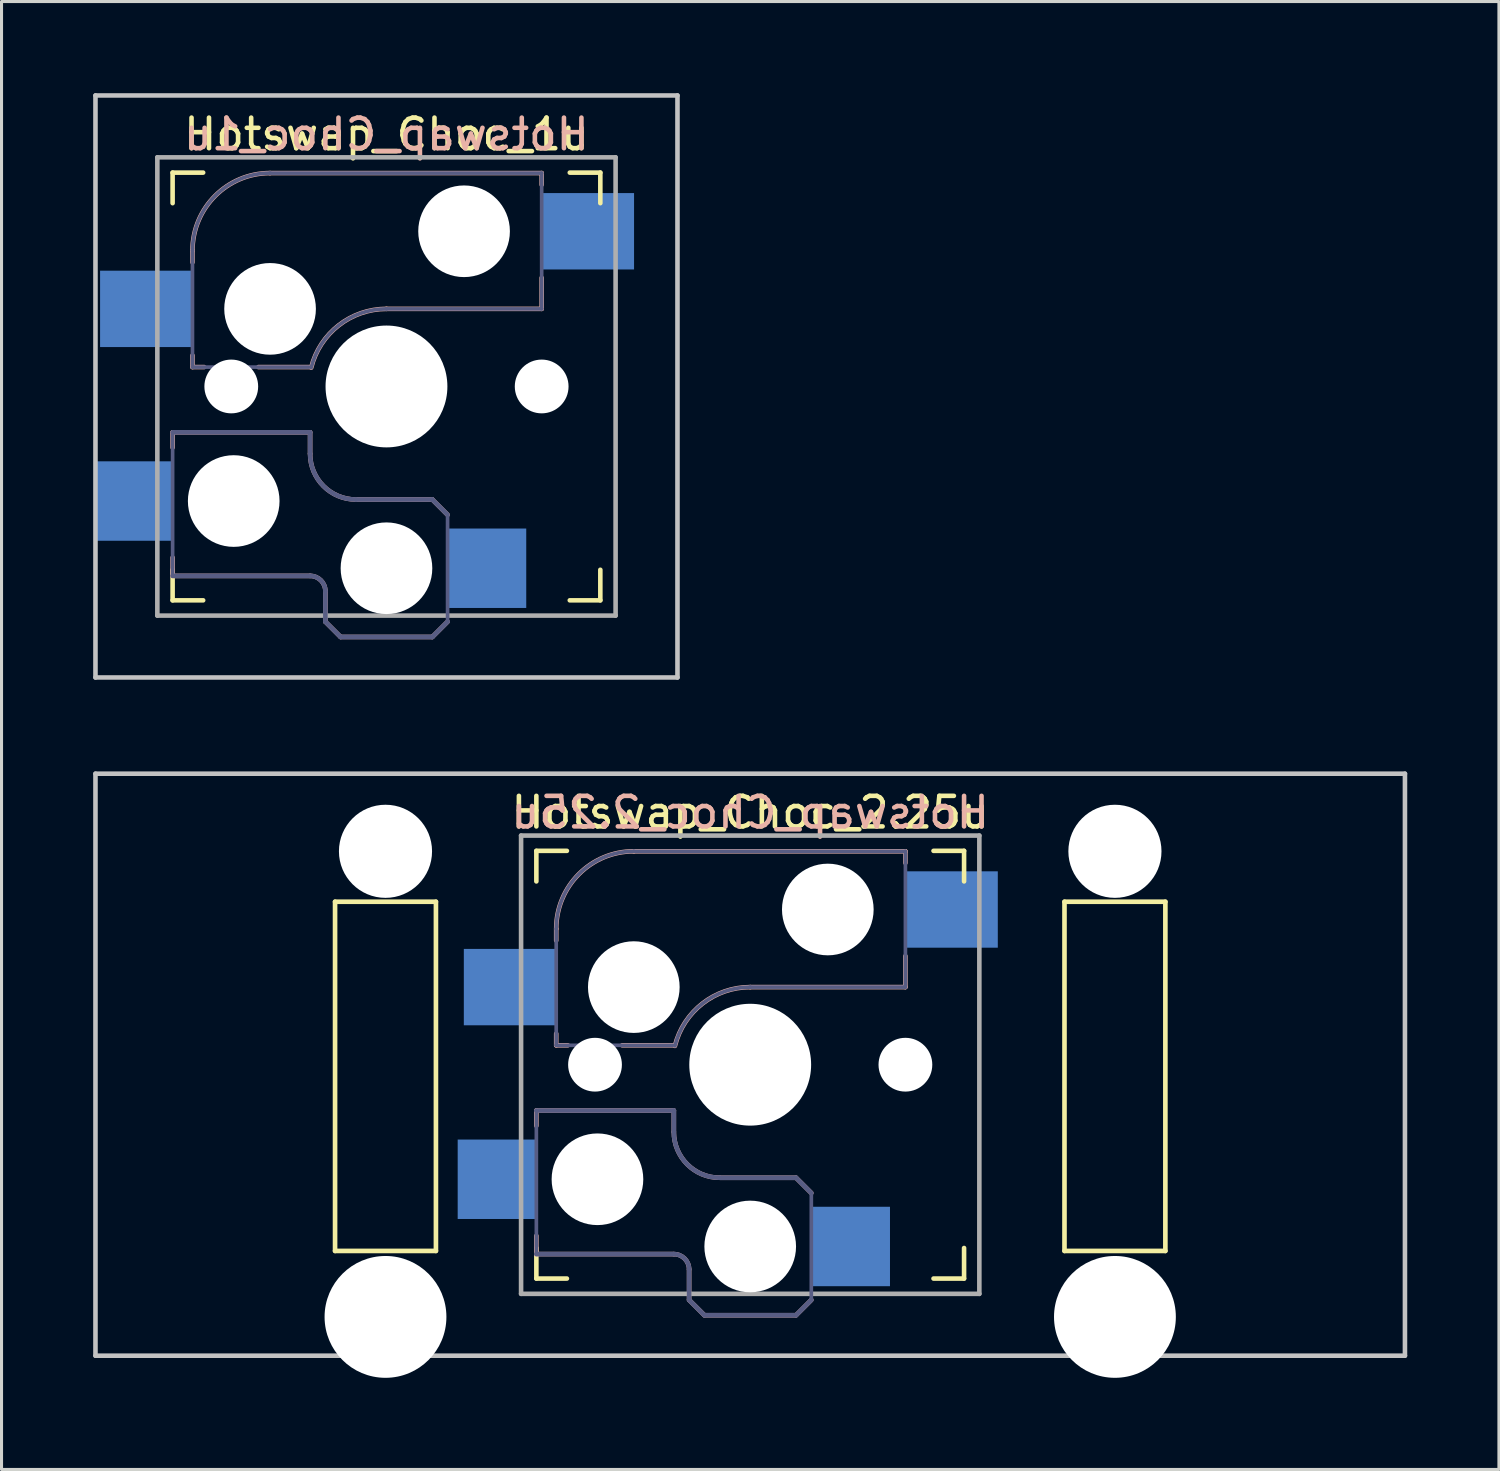
<source format=kicad_pcb>
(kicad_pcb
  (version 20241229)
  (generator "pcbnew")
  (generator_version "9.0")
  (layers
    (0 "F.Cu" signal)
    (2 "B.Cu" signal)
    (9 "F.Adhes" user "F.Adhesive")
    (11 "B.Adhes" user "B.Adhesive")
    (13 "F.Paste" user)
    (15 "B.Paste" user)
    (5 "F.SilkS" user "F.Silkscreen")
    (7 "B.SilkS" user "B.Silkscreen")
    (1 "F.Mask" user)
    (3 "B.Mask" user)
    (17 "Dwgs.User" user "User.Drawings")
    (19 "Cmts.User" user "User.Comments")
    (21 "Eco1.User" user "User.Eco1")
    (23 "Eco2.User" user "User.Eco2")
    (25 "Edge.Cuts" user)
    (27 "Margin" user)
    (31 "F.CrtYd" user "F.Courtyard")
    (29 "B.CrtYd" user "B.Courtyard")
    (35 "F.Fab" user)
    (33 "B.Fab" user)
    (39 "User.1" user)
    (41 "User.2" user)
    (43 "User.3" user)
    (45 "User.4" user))
  (footprint "Hotswap_Choc_1u"
    (layer "F.Cu")
    (at 9.6 9.6)
    (property "Reference" "Hotswap_Choc_1u" (at 0 -8.255 0) (layer "F.SilkS") (effects (font (size 1 1) (thickness 0.15))))
    (attr through_hole)
    (fp_line (start -7 -6) (end -7 -7) (stroke (width 0.15) (type solid)) (layer "F.SilkS"))
    (fp_line (start -7 7) (end -7 6) (stroke (width 0.15) (type solid)) (layer "F.SilkS"))
    (fp_line (start -7 7) (end -6 7) (stroke (width 0.15) (type solid)) (layer "F.SilkS"))
    (fp_line (start -6 -7) (end -7 -7) (stroke (width 0.15) (type solid)) (layer "F.SilkS"))
    (fp_line (start 6 7) (end 7 7) (stroke (width 0.15) (type solid)) (layer "F.SilkS"))
    (fp_line (start 7 -7) (end 6 -7) (stroke (width 0.15) (type solid)) (layer "F.SilkS"))
    (fp_line (start 7 -7) (end 7 -6) (stroke (width 0.15) (type solid)) (layer "F.SilkS"))
    (fp_line (start 7 6) (end 7 7) (stroke (width 0.15) (type solid)) (layer "F.SilkS"))
    (fp_line (start -7 1.5) (end -7 2) (stroke (width 0.15) (type solid)) (layer "B.SilkS"))
    (fp_line (start -7 5.6) (end -7 6.2) (stroke (width 0.15) (type solid)) (layer "B.SilkS"))
    (fp_line (start -7 6.2) (end -2.5 6.2) (stroke (width 0.15) (type solid)) (layer "B.SilkS"))
    (fp_line (start -6.35 -4.445) (end -6.35 -4.064) (stroke (width 0.15) (type solid)) (layer "B.SilkS"))
    (fp_line (start -6.35 -1.016) (end -6.35 -0.635) (stroke (width 0.15) (type solid)) (layer "B.SilkS"))
    (fp_line (start -6.35 -0.635) (end -5.969 -0.635) (stroke (width 0.15) (type solid)) (layer "B.SilkS"))
    (fp_line (start -4.191 -0.635) (end -2.54 -0.635) (stroke (width 0.15) (type solid)) (layer "B.SilkS"))
    (fp_line (start -2.5 1.5) (end -7 1.5) (stroke (width 0.15) (type solid)) (layer "B.SilkS"))
    (fp_line (start -2.5 2.2) (end -2.5 1.5) (stroke (width 0.15) (type solid)) (layer "B.SilkS"))
    (fp_line (start -2 6.7) (end -2 7.7) (stroke (width 0.15) (type solid)) (layer "B.SilkS"))
    (fp_line (start -1.5 8.2) (end -2 7.7) (stroke (width 0.15) (type solid)) (layer "B.SilkS"))
    (fp_line (start 0 -2.54) (end 5.08 -2.54) (stroke (width 0.15) (type solid)) (layer "B.SilkS"))
    (fp_line (start 1.5 3.7) (end -1 3.7) (stroke (width 0.15) (type solid)) (layer "B.SilkS"))
    (fp_line (start 1.5 8.2) (end -1.5 8.2) (stroke (width 0.15) (type solid)) (layer "B.SilkS"))
    (fp_line (start 2 4.2) (end 1.5 3.7) (stroke (width 0.15) (type solid)) (layer "B.SilkS"))
    (fp_line (start 2 7.7) (end 1.5 8.2) (stroke (width 0.15) (type solid)) (layer "B.SilkS"))
    (fp_line (start 5.08 -6.985) (end -3.81 -6.985) (stroke (width 0.15) (type solid)) (layer "B.SilkS"))
    (fp_line (start 5.08 -6.604) (end 5.08 -6.985) (stroke (width 0.15) (type solid)) (layer "B.SilkS"))
    (fp_line (start 5.08 -2.54) (end 5.08 -3.556) (stroke (width 0.15) (type solid)) (layer "B.SilkS"))
    (fp_arc (start -6.35 -4.445) (mid -5.606051 -6.241051) (end -3.81 -6.985) (stroke (width 0.15) (type solid)) (layer "B.SilkS"))
    (fp_arc (start -2.5 6.2) (mid -2.146447 6.346447) (end -2 6.7) (stroke (width 0.15) (type solid)) (layer "B.SilkS"))
    (fp_arc (start -2.464162 -0.61604) (mid -1.563147 -2.002042) (end 0 -2.54) (stroke (width 0.15) (type solid)) (layer "B.SilkS"))
    (fp_arc (start -1 3.7) (mid -2.06066 3.26066) (end -2.5 2.2) (stroke (width 0.15) (type solid)) (layer "B.SilkS"))
    (fp_line (start -9.525 -9.525) (end 9.525 -9.525) (stroke (width 0.15) (type solid)) (layer "Dwgs.User"))
    (fp_line (start -9.525 9.525) (end -9.525 -9.525) (stroke (width 0.15) (type solid)) (layer "Dwgs.User"))
    (fp_line (start -9.525 9.525) (end 9.525 9.525) (stroke (width 0.15) (type solid)) (layer "Dwgs.User"))
    (fp_line (start 9.525 -9.525) (end 9.525 9.525) (stroke (width 0.15) (type solid)) (layer "Dwgs.User"))
    (fp_line (start -6.9 6.9) (end -6.9 -6.9) (stroke (width 0.15) (type solid)) (layer "Eco2.User"))
    (fp_line (start -6.9 6.9) (end 6.9 6.9) (stroke (width 0.15) (type solid)) (layer "Eco2.User"))
    (fp_line (start 6.9 -6.9) (end -6.9 -6.9) (stroke (width 0.15) (type solid)) (layer "Eco2.User"))
    (fp_line (start 6.9 -6.9) (end 6.9 6.9) (stroke (width 0.15) (type solid)) (layer "Eco2.User"))
    (fp_line (start -7 1.5) (end -7 6.2) (stroke (width 0.12) (type solid)) (layer "B.Fab"))
    (fp_line (start -7 6.2) (end -2.5 6.2) (stroke (width 0.15) (type solid)) (layer "B.Fab"))
    (fp_line (start -6.35 -4.445) (end -6.35 -0.635) (stroke (width 0.12) (type solid)) (layer "B.Fab"))
    (fp_line (start -6.35 -0.635) (end -2.54 -0.635) (stroke (width 0.12) (type solid)) (layer "B.Fab"))
    (fp_line (start -2.5 1.5) (end -7 1.5) (stroke (width 0.15) (type solid)) (layer "B.Fab"))
    (fp_line (start -2.5 2.2) (end -2.5 1.5) (stroke (width 0.15) (type solid)) (layer "B.Fab"))
    (fp_line (start -2 6.7) (end -2 7.7) (stroke (width 0.15) (type solid)) (layer "B.Fab"))
    (fp_line (start -1.5 8.2) (end -2 7.7) (stroke (width 0.15) (type solid)) (layer "B.Fab"))
    (fp_line (start 0 -2.54) (end 5.08 -2.54) (stroke (width 0.12) (type solid)) (layer "B.Fab"))
    (fp_line (start 1.5 3.7) (end -1 3.7) (stroke (width 0.15) (type solid)) (layer "B.Fab"))
    (fp_line (start 1.5 8.2) (end -1.5 8.2) (stroke (width 0.15) (type solid)) (layer "B.Fab"))
    (fp_line (start 2 4.2) (end 1.5 3.7) (stroke (width 0.15) (type solid)) (layer "B.Fab"))
    (fp_line (start 2 4.25) (end 2 7.7) (stroke (width 0.12) (type solid)) (layer "B.Fab"))
    (fp_line (start 2 7.7) (end 1.5 8.2) (stroke (width 0.15) (type solid)) (layer "B.Fab"))
    (fp_line (start 5.08 -6.985) (end -3.81 -6.985) (stroke (width 0.12) (type solid)) (layer "B.Fab"))
    (fp_line (start 5.08 -2.54) (end 5.08 -6.985) (stroke (width 0.12) (type solid)) (layer "B.Fab"))
    (fp_arc (start -6.35 -4.445) (mid -5.606051 -6.241051) (end -3.81 -6.985) (stroke (width 0.12) (type solid)) (layer "B.Fab"))
    (fp_arc (start -2.5 6.2) (mid -2.146447 6.346447) (end -2 6.7) (stroke (width 0.15) (type solid)) (layer "B.Fab"))
    (fp_arc (start -2.464162 -0.61604) (mid -1.563147 -2.002042) (end 0 -2.54) (stroke (width 0.12) (type solid)) (layer "B.Fab"))
    (fp_arc (start -1 3.7) (mid -2.06066 3.26066) (end -2.5 2.2) (stroke (width 0.15) (type solid)) (layer "B.Fab"))
    (fp_line (start -7.5 -7.5) (end 7.5 -7.5) (stroke (width 0.15) (type solid)) (layer "F.Fab"))
    (fp_line (start -7.5 7.5) (end -7.5 -7.5) (stroke (width 0.15) (type solid)) (layer "F.Fab"))
    (fp_line (start 7.5 -7.5) (end 7.5 7.5) (stroke (width 0.15) (type solid)) (layer "F.Fab"))
    (fp_line (start 7.5 7.5) (end -7.5 7.5) (stroke (width 0.15) (type solid)) (layer "F.Fab"))
    (fp_text user "${REFERENCE}" (at 0 -8.255 0) (layer "B.SilkS") (effects (font (size 1 1) (thickness 0.15)) (justify mirror)))
    (pad "" np_thru_hole circle (at -5.08 0 180) (size 1.76 1.76) (drill 1.76) (layers "*.Cu" "*.Mask"))
    (pad "" np_thru_hole circle (at -5 3.75) (size 3 3) (drill 3) (layers "*.Cu" "*.Mask"))
    (pad "" np_thru_hole circle (at -3.81 -2.54 180) (size 3 3) (drill 3) (layers "*.Cu" "*.Mask"))
    (pad "" np_thru_hole circle (at 0 0 180) (size 3.988 3.988) (drill 3.988) (layers "*.Cu" "*.Mask"))
    (pad "" np_thru_hole circle (at 0 5.95) (size 3 3) (drill 3) (layers "*.Cu" "*.Mask"))
    (pad "" np_thru_hole circle (at 2.54 -5.08 180) (size 3 3) (drill 3) (layers "*.Cu" "*.Mask"))
    (pad "" np_thru_hole circle (at 5.08 0 180) (size 1.76 1.76) (drill 1.76) (layers "*.Cu" "*.Mask"))
    (pad "1" smd rect (at -8.275 3.75) (size 2.6 2.6) (layers "B.Cu" "B.Mask" "B.Paste"))
    (pad "1" smd rect (at -7.874 -2.54 180) (size 3 2.5) (layers "B.Cu" "B.Mask" "B.Paste"))
    (pad "2" smd rect (at 3.275 5.95) (size 2.6 2.6) (layers "B.Cu" "B.Mask" "B.Paste"))
    (pad "2" smd rect (at 6.604 -5.08 180) (size 3 2.5) (layers "B.Cu" "B.Mask" "B.Paste")))
  (footprint "Hotswap_Choc_2.25u"
    (layer "F.Cu")
    (at 21.506 31.8)
    (property "Reference" "Hotswap_Choc_2.25u" (at 0 -8.255 0) (layer "F.SilkS") (effects (font (size 1 1) (thickness 0.15))))
    (attr through_hole)
    (fp_line (start -13.589 -5.334) (end -13.589 6.096) (stroke (width 0.152) (type solid)) (layer "F.SilkS"))
    (fp_line (start -13.589 6.096) (end -10.287 6.096) (stroke (width 0.152) (type solid)) (layer "F.SilkS"))
    (fp_line (start -10.287 -5.334) (end -13.589 -5.334) (stroke (width 0.152) (type solid)) (layer "F.SilkS"))
    (fp_line (start -10.287 6.096) (end -10.287 -5.334) (stroke (width 0.152) (type solid)) (layer "F.SilkS"))
    (fp_line (start -7 -6) (end -7 -7) (stroke (width 0.15) (type solid)) (layer "F.SilkS"))
    (fp_line (start -7 7) (end -7 6) (stroke (width 0.15) (type solid)) (layer "F.SilkS"))
    (fp_line (start -7 7) (end -6 7) (stroke (width 0.15) (type solid)) (layer "F.SilkS"))
    (fp_line (start -6 -7) (end -7 -7) (stroke (width 0.15) (type solid)) (layer "F.SilkS"))
    (fp_line (start 6 7) (end 7 7) (stroke (width 0.15) (type solid)) (layer "F.SilkS"))
    (fp_line (start 7 -7) (end 6 -7) (stroke (width 0.15) (type solid)) (layer "F.SilkS"))
    (fp_line (start 7 -7) (end 7 -6) (stroke (width 0.15) (type solid)) (layer "F.SilkS"))
    (fp_line (start 7 6) (end 7 7) (stroke (width 0.15) (type solid)) (layer "F.SilkS"))
    (fp_line (start 10.287 -5.334) (end 10.287 6.096) (stroke (width 0.152) (type solid)) (layer "F.SilkS"))
    (fp_line (start 10.287 6.096) (end 13.589 6.096) (stroke (width 0.152) (type solid)) (layer "F.SilkS"))
    (fp_line (start 13.589 -5.334) (end 10.287 -5.334) (stroke (width 0.152) (type solid)) (layer "F.SilkS"))
    (fp_line (start 13.589 6.096) (end 13.589 -5.334) (stroke (width 0.152) (type solid)) (layer "F.SilkS"))
    (fp_line (start -7 1.5) (end -7 2) (stroke (width 0.15) (type solid)) (layer "B.SilkS"))
    (fp_line (start -7 5.6) (end -7 6.2) (stroke (width 0.15) (type solid)) (layer "B.SilkS"))
    (fp_line (start -7 6.2) (end -2.5 6.2) (stroke (width 0.15) (type solid)) (layer "B.SilkS"))
    (fp_line (start -6.35 -4.445) (end -6.35 -4.064) (stroke (width 0.15) (type solid)) (layer "B.SilkS"))
    (fp_line (start -6.35 -1.016) (end -6.35 -0.635) (stroke (width 0.15) (type solid)) (layer "B.SilkS"))
    (fp_line (start -6.35 -0.635) (end -5.969 -0.635) (stroke (width 0.15) (type solid)) (layer "B.SilkS"))
    (fp_line (start -4.191 -0.635) (end -2.54 -0.635) (stroke (width 0.15) (type solid)) (layer "B.SilkS"))
    (fp_line (start -2.5 1.5) (end -7 1.5) (stroke (width 0.15) (type solid)) (layer "B.SilkS"))
    (fp_line (start -2.5 2.2) (end -2.5 1.5) (stroke (width 0.15) (type solid)) (layer "B.SilkS"))
    (fp_line (start -2 6.7) (end -2 7.7) (stroke (width 0.15) (type solid)) (layer "B.SilkS"))
    (fp_line (start -1.5 8.2) (end -2 7.7) (stroke (width 0.15) (type solid)) (layer "B.SilkS"))
    (fp_line (start 0 -2.54) (end 5.08 -2.54) (stroke (width 0.15) (type solid)) (layer "B.SilkS"))
    (fp_line (start 1.5 3.7) (end -1 3.7) (stroke (width 0.15) (type solid)) (layer "B.SilkS"))
    (fp_line (start 1.5 8.2) (end -1.5 8.2) (stroke (width 0.15) (type solid)) (layer "B.SilkS"))
    (fp_line (start 2 4.2) (end 1.5 3.7) (stroke (width 0.15) (type solid)) (layer "B.SilkS"))
    (fp_line (start 2 7.7) (end 1.5 8.2) (stroke (width 0.15) (type solid)) (layer "B.SilkS"))
    (fp_line (start 5.08 -6.985) (end -3.81 -6.985) (stroke (width 0.15) (type solid)) (layer "B.SilkS"))
    (fp_line (start 5.08 -6.604) (end 5.08 -6.985) (stroke (width 0.15) (type solid)) (layer "B.SilkS"))
    (fp_line (start 5.08 -2.54) (end 5.08 -3.556) (stroke (width 0.15) (type solid)) (layer "B.SilkS"))
    (fp_arc (start -6.35 -4.445) (mid -5.606051 -6.241051) (end -3.81 -6.985) (stroke (width 0.15) (type solid)) (layer "B.SilkS"))
    (fp_arc (start -2.5 6.2) (mid -2.146447 6.346447) (end -2 6.7) (stroke (width 0.15) (type solid)) (layer "B.SilkS"))
    (fp_arc (start -2.464162 -0.61604) (mid -1.563147 -2.002042) (end 0 -2.54) (stroke (width 0.15) (type solid)) (layer "B.SilkS"))
    (fp_arc (start -1 3.7) (mid -2.06066 3.26066) (end -2.5 2.2) (stroke (width 0.15) (type solid)) (layer "B.SilkS"))
    (fp_line (start -21.431 -9.525) (end 21.431 -9.525) (stroke (width 0.15) (type solid)) (layer "Dwgs.User"))
    (fp_line (start -21.431 9.525) (end -21.431 -9.525) (stroke (width 0.15) (type solid)) (layer "Dwgs.User"))
    (fp_line (start -21.431 9.525) (end 21.431 9.525) (stroke (width 0.15) (type solid)) (layer "Dwgs.User"))
    (fp_line (start 21.431 -9.525) (end 21.431 9.525) (stroke (width 0.15) (type solid)) (layer "Dwgs.User"))
    (fp_line (start -6.9 6.9) (end -6.9 -6.9) (stroke (width 0.15) (type solid)) (layer "Eco2.User"))
    (fp_line (start -6.9 6.9) (end 6.9 6.9) (stroke (width 0.15) (type solid)) (layer "Eco2.User"))
    (fp_line (start 6.9 -6.9) (end -6.9 -6.9) (stroke (width 0.15) (type solid)) (layer "Eco2.User"))
    (fp_line (start 6.9 -6.9) (end 6.9 6.9) (stroke (width 0.15) (type solid)) (layer "Eco2.User"))
    (fp_line (start -7 1.5) (end -7 6.2) (stroke (width 0.12) (type solid)) (layer "B.Fab"))
    (fp_line (start -7 6.2) (end -2.5 6.2) (stroke (width 0.15) (type solid)) (layer "B.Fab"))
    (fp_line (start -6.35 -4.445) (end -6.35 -0.635) (stroke (width 0.12) (type solid)) (layer "B.Fab"))
    (fp_line (start -6.35 -0.635) (end -2.54 -0.635) (stroke (width 0.12) (type solid)) (layer "B.Fab"))
    (fp_line (start -2.5 1.5) (end -7 1.5) (stroke (width 0.15) (type solid)) (layer "B.Fab"))
    (fp_line (start -2.5 2.2) (end -2.5 1.5) (stroke (width 0.15) (type solid)) (layer "B.Fab"))
    (fp_line (start -2 6.7) (end -2 7.7) (stroke (width 0.15) (type solid)) (layer "B.Fab"))
    (fp_line (start -1.5 8.2) (end -2 7.7) (stroke (width 0.15) (type solid)) (layer "B.Fab"))
    (fp_line (start 0 -2.54) (end 5.08 -2.54) (stroke (width 0.12) (type solid)) (layer "B.Fab"))
    (fp_line (start 1.5 3.7) (end -1 3.7) (stroke (width 0.15) (type solid)) (layer "B.Fab"))
    (fp_line (start 1.5 8.2) (end -1.5 8.2) (stroke (width 0.15) (type solid)) (layer "B.Fab"))
    (fp_line (start 2 4.2) (end 1.5 3.7) (stroke (width 0.15) (type solid)) (layer "B.Fab"))
    (fp_line (start 2 4.25) (end 2 7.7) (stroke (width 0.12) (type solid)) (layer "B.Fab"))
    (fp_line (start 2 7.7) (end 1.5 8.2) (stroke (width 0.15) (type solid)) (layer "B.Fab"))
    (fp_line (start 5.08 -6.985) (end -3.81 -6.985) (stroke (width 0.12) (type solid)) (layer "B.Fab"))
    (fp_line (start 5.08 -2.54) (end 5.08 -6.985) (stroke (width 0.12) (type solid)) (layer "B.Fab"))
    (fp_arc (start -6.35 -4.445) (mid -5.606051 -6.241051) (end -3.81 -6.985) (stroke (width 0.12) (type solid)) (layer "B.Fab"))
    (fp_arc (start -2.5 6.2) (mid -2.146447 6.346447) (end -2 6.7) (stroke (width 0.15) (type solid)) (layer "B.Fab"))
    (fp_arc (start -2.464162 -0.61604) (mid -1.563147 -2.002042) (end 0 -2.54) (stroke (width 0.12) (type solid)) (layer "B.Fab"))
    (fp_arc (start -1 3.7) (mid -2.06066 3.26066) (end -2.5 2.2) (stroke (width 0.15) (type solid)) (layer "B.Fab"))
    (fp_line (start -7.5 -7.5) (end 7.5 -7.5) (stroke (width 0.15) (type solid)) (layer "F.Fab"))
    (fp_line (start -7.5 7.5) (end -7.5 -7.5) (stroke (width 0.15) (type solid)) (layer "F.Fab"))
    (fp_line (start 7.5 -7.5) (end 7.5 7.5) (stroke (width 0.15) (type solid)) (layer "F.Fab"))
    (fp_line (start 7.5 7.5) (end -7.5 7.5) (stroke (width 0.15) (type solid)) (layer "F.Fab"))
    (fp_text user "${REFERENCE}" (at 0 -8.255 0) (layer "B.SilkS") (effects (font (size 1 1) (thickness 0.15)) (justify mirror)))
    (pad "" np_thru_hole circle (at -11.938 -6.985) (size 3.048 3.048) (drill 3.048) (layers "*.Cu" "*.Mask"))
    (pad "" np_thru_hole circle (at -11.938 8.255) (size 3.988 3.988) (drill 3.988) (layers "*.Cu" "*.Mask"))
    (pad "" np_thru_hole circle (at -5.08 0 180) (size 1.76 1.76) (drill 1.76) (layers "*.Cu" "*.Mask"))
    (pad "" np_thru_hole circle (at -5 3.75) (size 3 3) (drill 3) (layers "*.Cu" "*.Mask"))
    (pad "" np_thru_hole circle (at -3.81 -2.54 180) (size 3 3) (drill 3) (layers "*.Cu" "*.Mask"))
    (pad "" np_thru_hole circle (at 0 0 180) (size 3.988 3.988) (drill 3.988) (layers "*.Cu" "*.Mask"))
    (pad "" np_thru_hole circle (at 0 5.95) (size 3 3) (drill 3) (layers "*.Cu" "*.Mask"))
    (pad "" np_thru_hole circle (at 2.54 -5.08 180) (size 3 3) (drill 3) (layers "*.Cu" "*.Mask"))
    (pad "" np_thru_hole circle (at 5.08 0 180) (size 1.76 1.76) (drill 1.76) (layers "*.Cu" "*.Mask"))
    (pad "" np_thru_hole circle (at 11.938 -6.985) (size 3.048 3.048) (drill 3.048) (layers "*.Cu" "*.Mask"))
    (pad "" np_thru_hole circle (at 11.938 8.255) (size 3.988 3.988) (drill 3.988) (layers "*.Cu" "*.Mask"))
    (pad "1" smd rect (at -8.275 3.75) (size 2.6 2.6) (layers "B.Cu" "B.Mask" "B.Paste"))
    (pad "1" smd rect (at -7.874 -2.54 180) (size 3 2.5) (layers "B.Cu" "B.Mask" "B.Paste"))
    (pad "2" smd rect (at 3.275 5.95) (size 2.6 2.6) (layers "B.Cu" "B.Mask" "B.Paste"))
    (pad "2" smd rect (at 6.604 -5.08 180) (size 3 2.5) (layers "B.Cu" "B.Mask" "B.Paste")))
  (gr_rect
    (start -3 -3)
    (end 46.013 45.049)
    (stroke (width 0.1) (type default))
    (fill no)
    (layer "Edge.Cuts")))
</source>
